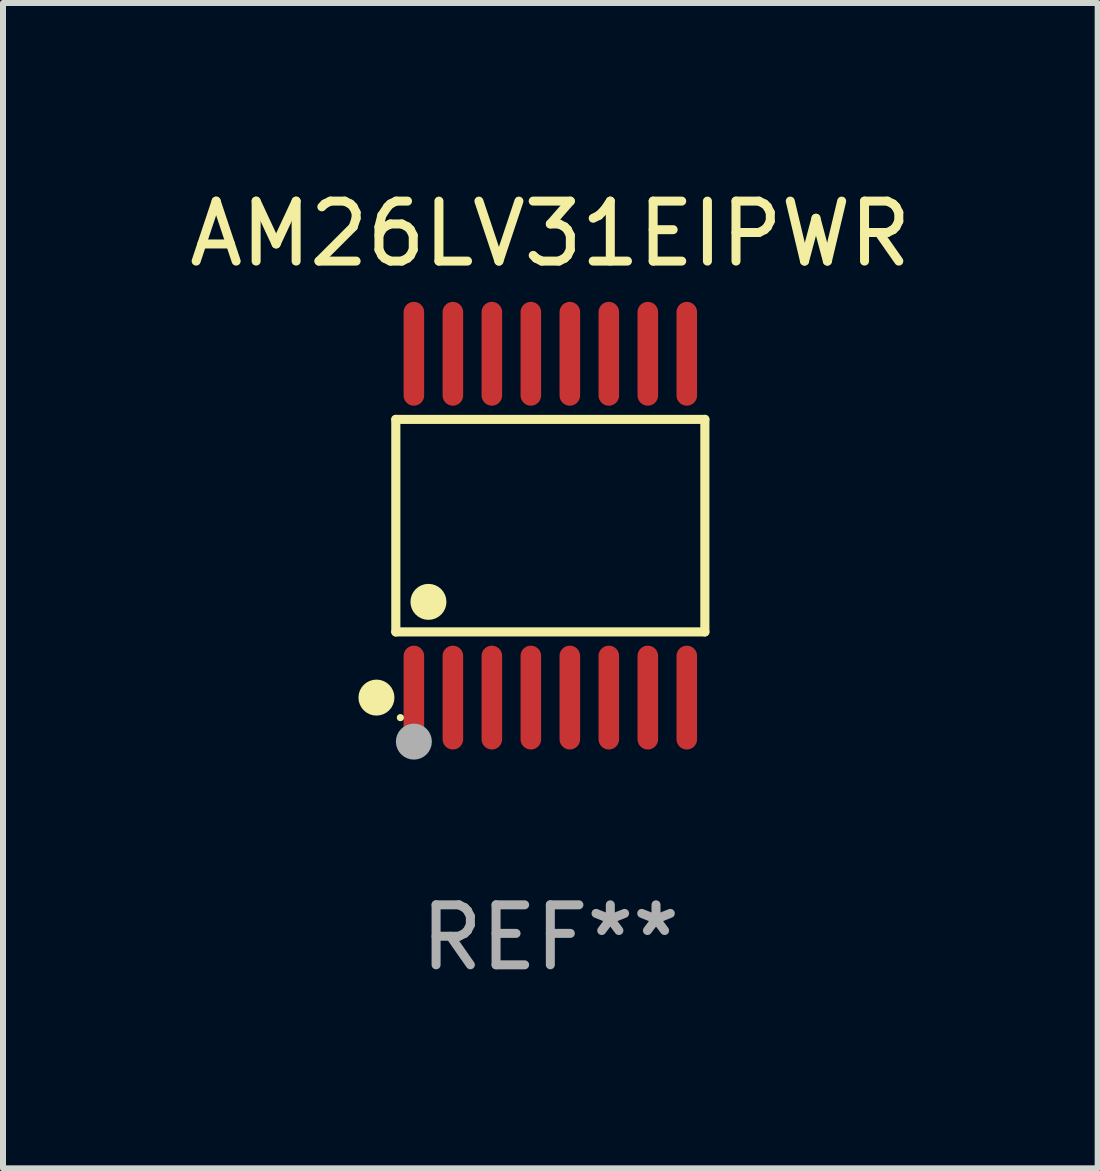
<source format=kicad_pcb>
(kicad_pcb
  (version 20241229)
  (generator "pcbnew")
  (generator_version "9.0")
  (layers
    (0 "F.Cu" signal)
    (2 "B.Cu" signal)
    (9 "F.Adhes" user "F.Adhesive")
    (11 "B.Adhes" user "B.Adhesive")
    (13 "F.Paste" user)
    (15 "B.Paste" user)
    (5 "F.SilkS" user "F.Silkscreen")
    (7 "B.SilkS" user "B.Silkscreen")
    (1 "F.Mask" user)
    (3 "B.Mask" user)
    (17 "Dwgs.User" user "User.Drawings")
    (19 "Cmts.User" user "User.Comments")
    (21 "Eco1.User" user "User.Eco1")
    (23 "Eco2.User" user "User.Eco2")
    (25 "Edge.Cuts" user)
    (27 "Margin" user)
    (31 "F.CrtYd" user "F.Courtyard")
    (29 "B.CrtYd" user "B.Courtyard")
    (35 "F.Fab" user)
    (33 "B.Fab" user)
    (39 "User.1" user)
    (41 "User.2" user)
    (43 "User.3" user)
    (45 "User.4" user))
  (footprint "AM26LV31EIPWR"
    (layer "F.Cu")
    (at 6.125 5.714)
    (property "Reference" "AM26LV31EIPWR" (at 0 -4.866 0) (layer "F.SilkS") (effects (font (size 1 1) (thickness 0.15))))
    (attr through_hole)
    (fp_line (start -2.576 -1.772) (end 2.576 -1.772) (stroke (width 0.152) (type solid)) (layer "F.SilkS"))
    (fp_line (start -2.576 1.771) (end -2.576 -1.772) (stroke (width 0.152) (type solid)) (layer "F.SilkS"))
    (fp_line (start 2.576 -1.772) (end 2.576 1.771) (stroke (width 0.152) (type solid)) (layer "F.SilkS"))
    (fp_line (start 2.576 1.771) (end -2.576 1.771) (stroke (width 0.152) (type solid)) (layer "F.SilkS"))
    (fp_circle (center -2.899 2.866) (end -2.749 2.866) (stroke (width 0.3) (type solid)) (fill no) (layer "F.SilkS"))
    (fp_circle (center -2.5 3.2) (end -2.47 3.2) (stroke (width 0.06) (type solid)) (fill no) (layer "F.SilkS"))
    (fp_circle (center -2.032 1.27) (end -1.882 1.27) (stroke (width 0.3) (type solid)) (fill no) (layer "F.SilkS"))
    (fp_circle (center -2.275 3.6) (end -2.125 3.6) (stroke (width 0.3) (type solid)) (fill no) (layer "F.Fab"))
    (fp_text user "REF**" (at 0 6.866 0) (layer "F.Fab") (effects (font (size 1 1) (thickness 0.15))))
    (pad "1" smd oval (at -2.275 2.866) (size 0.343 1.731) (layers "F.Cu" "F.Mask" "F.Paste"))
    (pad "2" smd oval (at -1.625 2.866) (size 0.343 1.731) (layers "F.Cu" "F.Mask" "F.Paste"))
    (pad "3" smd oval (at -0.975 2.866) (size 0.343 1.731) (layers "F.Cu" "F.Mask" "F.Paste"))
    (pad "4" smd oval (at -0.325 2.866) (size 0.343 1.731) (layers "F.Cu" "F.Mask" "F.Paste"))
    (pad "5" smd oval (at 0.325 2.866) (size 0.343 1.731) (layers "F.Cu" "F.Mask" "F.Paste"))
    (pad "6" smd oval (at 0.975 2.866) (size 0.343 1.731) (layers "F.Cu" "F.Mask" "F.Paste"))
    (pad "7" smd oval (at 1.625 2.866) (size 0.343 1.731) (layers "F.Cu" "F.Mask" "F.Paste"))
    (pad "8" smd oval (at 2.275 2.866) (size 0.343 1.731) (layers "F.Cu" "F.Mask" "F.Paste"))
    (pad "9" smd oval (at 2.275 -2.866) (size 0.343 1.731) (layers "F.Cu" "F.Mask" "F.Paste"))
    (pad "10" smd oval (at 1.625 -2.866) (size 0.343 1.731) (layers "F.Cu" "F.Mask" "F.Paste"))
    (pad "11" smd oval (at 0.975 -2.866) (size 0.343 1.731) (layers "F.Cu" "F.Mask" "F.Paste"))
    (pad "12" smd oval (at 0.325 -2.866) (size 0.343 1.731) (layers "F.Cu" "F.Mask" "F.Paste"))
    (pad "13" smd oval (at -0.325 -2.866) (size 0.343 1.731) (layers "F.Cu" "F.Mask" "F.Paste"))
    (pad "14" smd oval (at -0.975 -2.866) (size 0.343 1.731) (layers "F.Cu" "F.Mask" "F.Paste"))
    (pad "15" smd oval (at -1.625 -2.866) (size 0.343 1.731) (layers "F.Cu" "F.Mask" "F.Paste"))
    (pad "16" smd oval (at -2.275 -2.866) (size 0.343 1.731) (layers "F.Cu" "F.Mask" "F.Paste")))
  (gr_rect
    (start -3 -3)
    (end 15.25 16.428)
    (stroke (width 0.1) (type default))
    (fill no)
    (layer "Edge.Cuts")))
</source>
